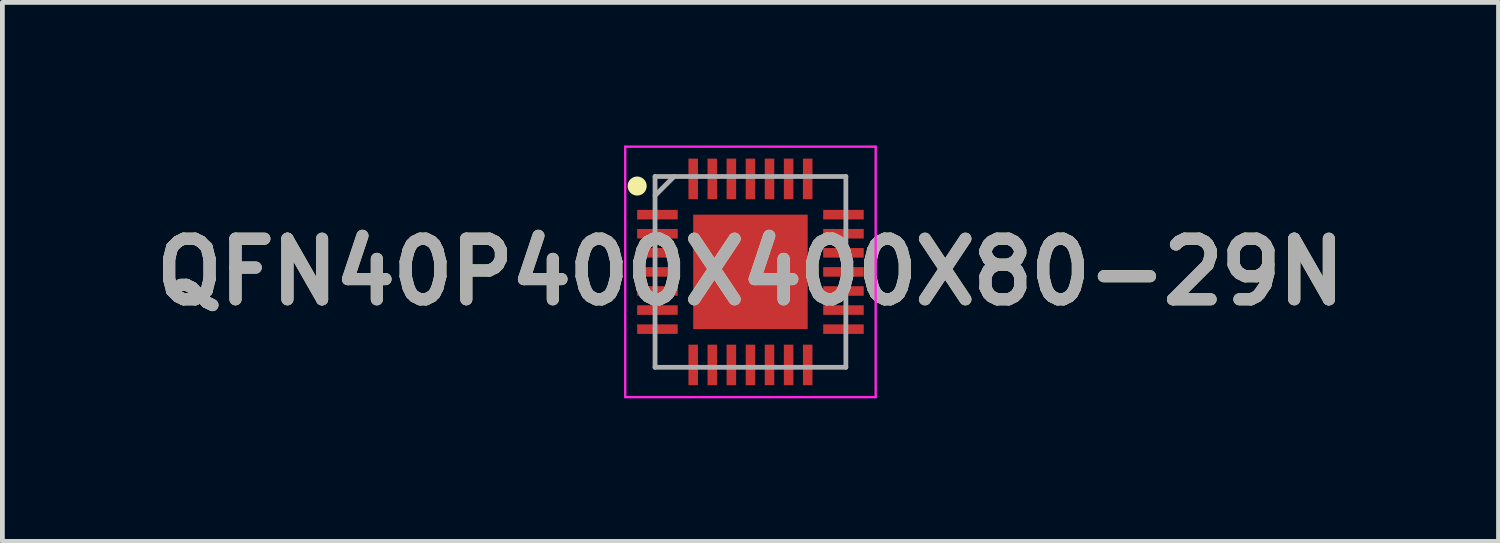
<source format=kicad_pcb>
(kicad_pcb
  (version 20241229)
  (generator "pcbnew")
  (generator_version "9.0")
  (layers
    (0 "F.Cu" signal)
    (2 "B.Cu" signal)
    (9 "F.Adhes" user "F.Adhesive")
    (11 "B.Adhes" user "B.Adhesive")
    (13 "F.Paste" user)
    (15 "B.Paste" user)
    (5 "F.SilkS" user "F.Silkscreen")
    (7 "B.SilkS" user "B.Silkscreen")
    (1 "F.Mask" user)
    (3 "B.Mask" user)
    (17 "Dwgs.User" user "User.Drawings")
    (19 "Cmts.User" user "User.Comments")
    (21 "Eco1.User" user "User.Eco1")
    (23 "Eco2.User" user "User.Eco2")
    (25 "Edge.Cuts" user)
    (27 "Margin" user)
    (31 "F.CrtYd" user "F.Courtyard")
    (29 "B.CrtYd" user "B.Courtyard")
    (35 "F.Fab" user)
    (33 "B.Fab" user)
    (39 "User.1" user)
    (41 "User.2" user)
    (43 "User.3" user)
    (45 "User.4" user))
  (footprint "QFN40P400X400X80-29N"
    (layer "F.Cu")
    (at 12.682 2.65)
    (property "Reference" "QFN40P400X400X80-29N" (at 0 0 0) (layer "F.SilkS") (effects (font (size 1.27 1.27) (thickness 0.254))))
    (attr smd)
    (fp_circle (center -2.375 -1.8) (end -2.375 -1.7) (stroke (width 0.2) (type solid)) (fill no) (layer "F.SilkS"))
    (fp_line (start -2.625 -2.625) (end 2.625 -2.625) (stroke (width 0.05) (type solid)) (layer "F.CrtYd"))
    (fp_line (start -2.625 2.625) (end -2.625 -2.625) (stroke (width 0.05) (type solid)) (layer "F.CrtYd"))
    (fp_line (start 2.625 -2.625) (end 2.625 2.625) (stroke (width 0.05) (type solid)) (layer "F.CrtYd"))
    (fp_line (start 2.625 2.625) (end -2.625 2.625) (stroke (width 0.05) (type solid)) (layer "F.CrtYd"))
    (fp_line (start -2 -2) (end 2 -2) (stroke (width 0.1) (type solid)) (layer "F.Fab"))
    (fp_line (start -2 -1.6) (end -1.6 -2) (stroke (width 0.1) (type solid)) (layer "F.Fab"))
    (fp_line (start -2 2) (end -2 -2) (stroke (width 0.1) (type solid)) (layer "F.Fab"))
    (fp_line (start 2 -2) (end 2 2) (stroke (width 0.1) (type solid)) (layer "F.Fab"))
    (fp_line (start 2 2) (end -2 2) (stroke (width 0.1) (type solid)) (layer "F.Fab"))
    (fp_text user "${REFERENCE}" (at 0 0 0) (layer "F.Fab") (effects (font (size 1.27 1.27) (thickness 0.254))))
    (pad "1" smd rect (at -1.95 -1.2 90) (size 0.2 0.85) (layers "F.Cu" "F.Mask" "F.Paste"))
    (pad "2" smd rect (at -1.95 -0.8 90) (size 0.2 0.85) (layers "F.Cu" "F.Mask" "F.Paste"))
    (pad "3" smd rect (at -1.95 -0.4 90) (size 0.2 0.85) (layers "F.Cu" "F.Mask" "F.Paste"))
    (pad "4" smd rect (at -1.95 0 90) (size 0.2 0.85) (layers "F.Cu" "F.Mask" "F.Paste"))
    (pad "5" smd rect (at -1.95 0.4 90) (size 0.2 0.85) (layers "F.Cu" "F.Mask" "F.Paste"))
    (pad "6" smd rect (at -1.95 0.8 90) (size 0.2 0.85) (layers "F.Cu" "F.Mask" "F.Paste"))
    (pad "7" smd rect (at -1.95 1.2 90) (size 0.2 0.85) (layers "F.Cu" "F.Mask" "F.Paste"))
    (pad "8" smd rect (at -1.2 1.95) (size 0.2 0.85) (layers "F.Cu" "F.Mask" "F.Paste"))
    (pad "9" smd rect (at -0.8 1.95) (size 0.2 0.85) (layers "F.Cu" "F.Mask" "F.Paste"))
    (pad "10" smd rect (at -0.4 1.95) (size 0.2 0.85) (layers "F.Cu" "F.Mask" "F.Paste"))
    (pad "11" smd rect (at 0 1.95) (size 0.2 0.85) (layers "F.Cu" "F.Mask" "F.Paste"))
    (pad "12" smd rect (at 0.4 1.95) (size 0.2 0.85) (layers "F.Cu" "F.Mask" "F.Paste"))
    (pad "13" smd rect (at 0.8 1.95) (size 0.2 0.85) (layers "F.Cu" "F.Mask" "F.Paste"))
    (pad "14" smd rect (at 1.2 1.95) (size 0.2 0.85) (layers "F.Cu" "F.Mask" "F.Paste"))
    (pad "15" smd rect (at 1.95 1.2 90) (size 0.2 0.85) (layers "F.Cu" "F.Mask" "F.Paste"))
    (pad "16" smd rect (at 1.95 0.8 90) (size 0.2 0.85) (layers "F.Cu" "F.Mask" "F.Paste"))
    (pad "17" smd rect (at 1.95 0.4 90) (size 0.2 0.85) (layers "F.Cu" "F.Mask" "F.Paste"))
    (pad "18" smd rect (at 1.95 0 90) (size 0.2 0.85) (layers "F.Cu" "F.Mask" "F.Paste"))
    (pad "19" smd rect (at 1.95 -0.4 90) (size 0.2 0.85) (layers "F.Cu" "F.Mask" "F.Paste"))
    (pad "20" smd rect (at 1.95 -0.8 90) (size 0.2 0.85) (layers "F.Cu" "F.Mask" "F.Paste"))
    (pad "21" smd rect (at 1.95 -1.2 90) (size 0.2 0.85) (layers "F.Cu" "F.Mask" "F.Paste"))
    (pad "22" smd rect (at 1.2 -1.95) (size 0.2 0.85) (layers "F.Cu" "F.Mask" "F.Paste"))
    (pad "23" smd rect (at 0.8 -1.95) (size 0.2 0.85) (layers "F.Cu" "F.Mask" "F.Paste"))
    (pad "24" smd rect (at 0.4 -1.95) (size 0.2 0.85) (layers "F.Cu" "F.Mask" "F.Paste"))
    (pad "25" smd rect (at 0 -1.95) (size 0.2 0.85) (layers "F.Cu" "F.Mask" "F.Paste"))
    (pad "26" smd rect (at -0.4 -1.95) (size 0.2 0.85) (layers "F.Cu" "F.Mask" "F.Paste"))
    (pad "27" smd rect (at -0.8 -1.95) (size 0.2 0.85) (layers "F.Cu" "F.Mask" "F.Paste"))
    (pad "28" smd rect (at -1.2 -1.95) (size 0.2 0.85) (layers "F.Cu" "F.Mask" "F.Paste"))
    (pad "29" smd rect (at 0 0) (size 2.4 2.4) (layers "F.Cu" "F.Mask" "F.Paste")))
  (gr_rect
    (start -3 -3)
    (end 28.364 8.3)
    (stroke (width 0.1) (type default))
    (fill no)
    (layer "Edge.Cuts")))
</source>
